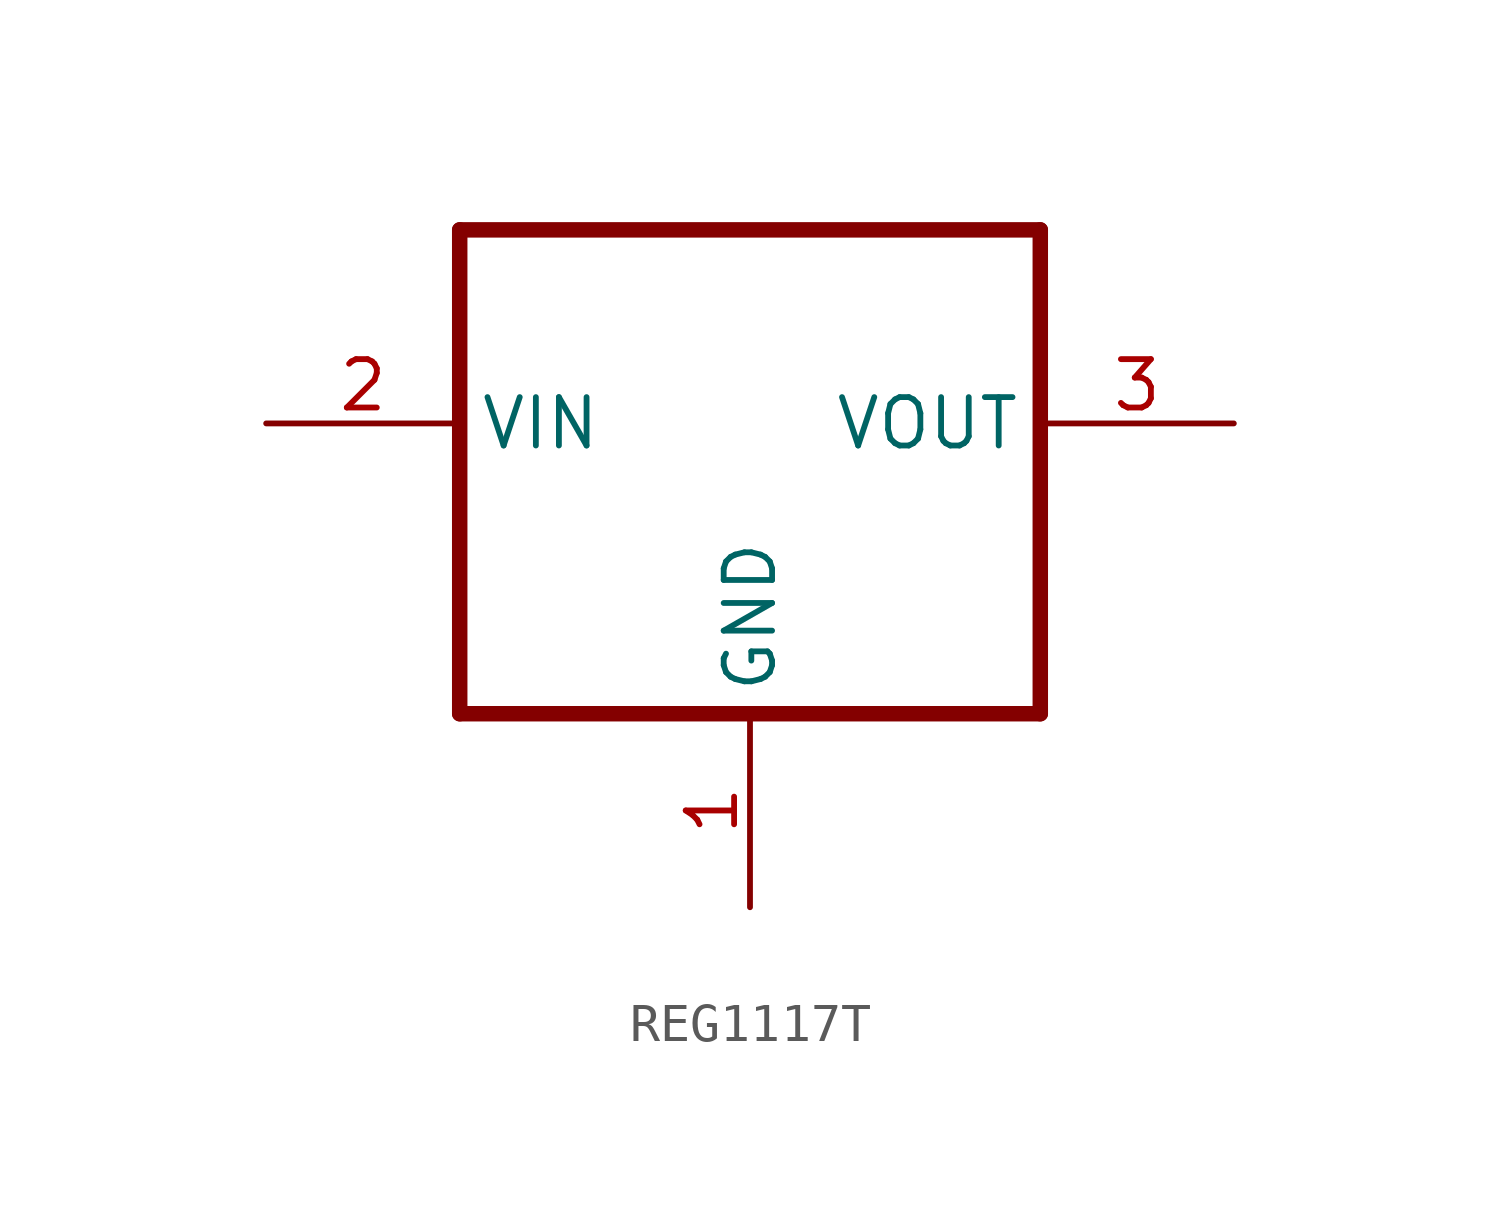
<source format=kicad_sym>
(kicad_symbol_lib
  (version 20231120)
  (generator "kicad_symbol_editor")
  (generator_version "8.0")
  (symbol "REG1117T"
    (property "Reference" "IC"
      (at 0 0 0)
      (effects (font (size 1.27 1.27)) (hide yes)))
    (property "ki_locked" ""
      (at 0 0 0)
      (effects (font (size 1.27 1.27))))
    (symbol "REG1117T_1_0"
      (polyline (pts (xy -7.62 -6.35) (xy 7.62 -6.35)) (stroke (width 0.406) (type solid)) (fill (type none)))
      (polyline (pts (xy -7.62 6.35) (xy -7.62 -6.35)) (stroke (width 0.406) (type solid)) (fill (type none)))
      (polyline (pts (xy 7.62 -6.35) (xy 7.62 6.35)) (stroke (width 0.406) (type solid)) (fill (type none)))
      (polyline (pts (xy 7.62 6.35) (xy -7.62 6.35)) (stroke (width 0.406) (type solid)) (fill (type none)))
      (pin power_in line (at 0 -11.43 90) (length 5.08) (name "GND" (effects (font (size 1.27 1.27)))) (number "1" (effects (font (size 1.27 1.27)))))
      (pin input line (at -12.7 1.27 0) (length 5.08) (name "VIN" (effects (font (size 1.27 1.27)))) (number "2" (effects (font (size 1.27 1.27)))))
      (pin output line (at 12.7 1.27 180) (length 5.08) (name "VOUT" (effects (font (size 1.27 1.27)))) (number "3" (effects (font (size 1.27 1.27))))))))
</source>
